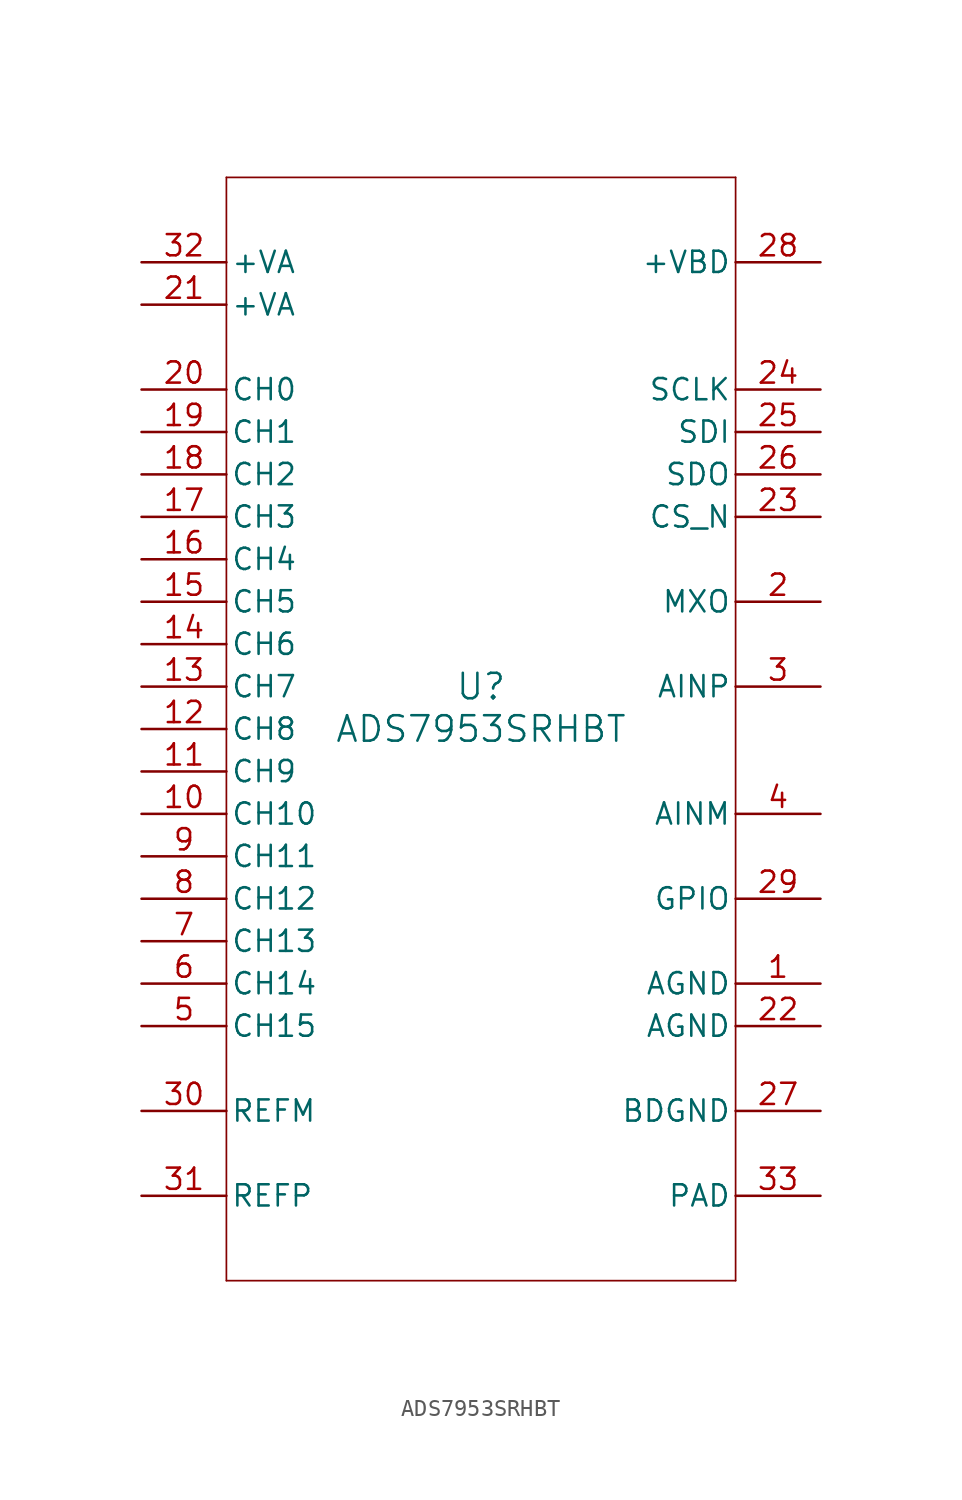
<source format=kicad_sym>
(kicad_symbol_lib
  (version 20211014)
  (generator kicad_symbol_editor)
  (symbol "ADS7953SRHBT"
    (pin_names
      (offset 0.254))
    (property "Reference" "U"
      (at 0 2.54 0)
      (effects (font (size 1.524 1.524))))
    (property "Value" "ADS7953SRHBT"
      (at 0 0 0)
      (effects (font (size 1.524 1.524))))
    (symbol "ADS7953SRHBT_0_1"
      (polyline (pts (xy -15.24 -33.02) (xy 15.24 -33.02)) (stroke (width 0.102) (type default) (color 0 0 0 0)) (fill (type none)))
      (polyline (pts (xy 15.24 -33.02) (xy 15.24 33.02)) (stroke (width 0.102) (type default) (color 0 0 0 0)) (fill (type none)))
      (polyline (pts (xy 15.24 33.02) (xy -15.24 33.02)) (stroke (width 0.102) (type default) (color 0 0 0 0)) (fill (type none)))
      (polyline (pts (xy -15.24 33.02) (xy -15.24 -33.02)) (stroke (width 0.102) (type default) (color 0 0 0 0)) (fill (type none)))
      (pin power_in line (at 20.32 -15.24 180) (length 5.08) (name "AGND" (effects (font (size 1.27 1.27)))) (number "1" (effects (font (size 1.27 1.27)))))
      (pin output line (at 20.32 7.62 180) (length 5.08) (name "MXO" (effects (font (size 1.27 1.27)))) (number "2" (effects (font (size 1.27 1.27)))))
      (pin input line (at 20.32 2.54 180) (length 5.08) (name "AINP" (effects (font (size 1.27 1.27)))) (number "3" (effects (font (size 1.27 1.27)))))
      (pin power_in line (at 20.32 -5.08 180) (length 5.08) (name "AINM" (effects (font (size 1.27 1.27)))) (number "4" (effects (font (size 1.27 1.27)))))
      (pin input line (at -20.32 -17.78 0) (length 5.08) (name "CH15" (effects (font (size 1.27 1.27)))) (number "5" (effects (font (size 1.27 1.27)))))
      (pin input line (at -20.32 -15.24 0) (length 5.08) (name "CH14" (effects (font (size 1.27 1.27)))) (number "6" (effects (font (size 1.27 1.27)))))
      (pin input line (at -20.32 -12.7 0) (length 5.08) (name "CH13" (effects (font (size 1.27 1.27)))) (number "7" (effects (font (size 1.27 1.27)))))
      (pin input line (at -20.32 -10.16 0) (length 5.08) (name "CH12" (effects (font (size 1.27 1.27)))) (number "8" (effects (font (size 1.27 1.27)))))
      (pin input line (at -20.32 -7.62 0) (length 5.08) (name "CH11" (effects (font (size 1.27 1.27)))) (number "9" (effects (font (size 1.27 1.27)))))
      (pin input line (at -20.32 -5.08 0) (length 5.08) (name "CH10" (effects (font (size 1.27 1.27)))) (number "10" (effects (font (size 1.27 1.27)))))
      (pin input line (at -20.32 -2.54 0) (length 5.08) (name "CH9" (effects (font (size 1.27 1.27)))) (number "11" (effects (font (size 1.27 1.27)))))
      (pin input line (at -20.32 0 0) (length 5.08) (name "CH8" (effects (font (size 1.27 1.27)))) (number "12" (effects (font (size 1.27 1.27)))))
      (pin input line (at -20.32 2.54 0) (length 5.08) (name "CH7" (effects (font (size 1.27 1.27)))) (number "13" (effects (font (size 1.27 1.27)))))
      (pin input line (at -20.32 5.08 0) (length 5.08) (name "CH6" (effects (font (size 1.27 1.27)))) (number "14" (effects (font (size 1.27 1.27)))))
      (pin input line (at -20.32 7.62 0) (length 5.08) (name "CH5" (effects (font (size 1.27 1.27)))) (number "15" (effects (font (size 1.27 1.27)))))
      (pin input line (at -20.32 10.16 0) (length 5.08) (name "CH4" (effects (font (size 1.27 1.27)))) (number "16" (effects (font (size 1.27 1.27)))))
      (pin input line (at -20.32 12.7 0) (length 5.08) (name "CH3" (effects (font (size 1.27 1.27)))) (number "17" (effects (font (size 1.27 1.27)))))
      (pin input line (at -20.32 15.24 0) (length 5.08) (name "CH2" (effects (font (size 1.27 1.27)))) (number "18" (effects (font (size 1.27 1.27)))))
      (pin input line (at -20.32 17.78 0) (length 5.08) (name "CH1" (effects (font (size 1.27 1.27)))) (number "19" (effects (font (size 1.27 1.27)))))
      (pin input line (at -20.32 20.32 0) (length 5.08) (name "CH0" (effects (font (size 1.27 1.27)))) (number "20" (effects (font (size 1.27 1.27)))))
      (pin power_in line (at -20.32 25.4 0) (length 5.08) (name "+VA" (effects (font (size 1.27 1.27)))) (number "21" (effects (font (size 1.27 1.27)))))
      (pin power_in line (at 20.32 -17.78 180) (length 5.08) (name "AGND" (effects (font (size 1.27 1.27)))) (number "22" (effects (font (size 1.27 1.27)))))
      (pin input line (at 20.32 12.7 180) (length 5.08) (name "CS_N" (effects (font (size 1.27 1.27)))) (number "23" (effects (font (size 1.27 1.27)))))
      (pin input line (at 20.32 20.32 180) (length 5.08) (name "SCLK" (effects (font (size 1.27 1.27)))) (number "24" (effects (font (size 1.27 1.27)))))
      (pin input line (at 20.32 17.78 180) (length 5.08) (name "SDI" (effects (font (size 1.27 1.27)))) (number "25" (effects (font (size 1.27 1.27)))))
      (pin output line (at 20.32 15.24 180) (length 5.08) (name "SDO" (effects (font (size 1.27 1.27)))) (number "26" (effects (font (size 1.27 1.27)))))
      (pin power_in line (at 20.32 -22.86 180) (length 5.08) (name "BDGND" (effects (font (size 1.27 1.27)))) (number "27" (effects (font (size 1.27 1.27)))))
      (pin power_in line (at 20.32 27.94 180) (length 5.08) (name "+VBD" (effects (font (size 1.27 1.27)))) (number "28" (effects (font (size 1.27 1.27)))))
      (pin bidirectional line (at 20.32 -10.16 180) (length 5.08) (name "GPIO" (effects (font (size 1.27 1.27)))) (number "29" (effects (font (size 1.27 1.27)))))
      (pin power_in line (at -20.32 -22.86 0) (length 5.08) (name "REFM" (effects (font (size 1.27 1.27)))) (number "30" (effects (font (size 1.27 1.27)))))
      (pin input line (at -20.32 -27.94 0) (length 5.08) (name "REFP" (effects (font (size 1.27 1.27)))) (number "31" (effects (font (size 1.27 1.27)))))
      (pin power_in line (at -20.32 27.94 0) (length 5.08) (name "+VA" (effects (font (size 1.27 1.27)))) (number "32" (effects (font (size 1.27 1.27)))))
      (pin power_in line (at 20.32 -27.94 180) (length 5.08) (name "PAD" (effects (font (size 1.27 1.27)))) (number "33" (effects (font (size 1.27 1.27))))))))
</source>
